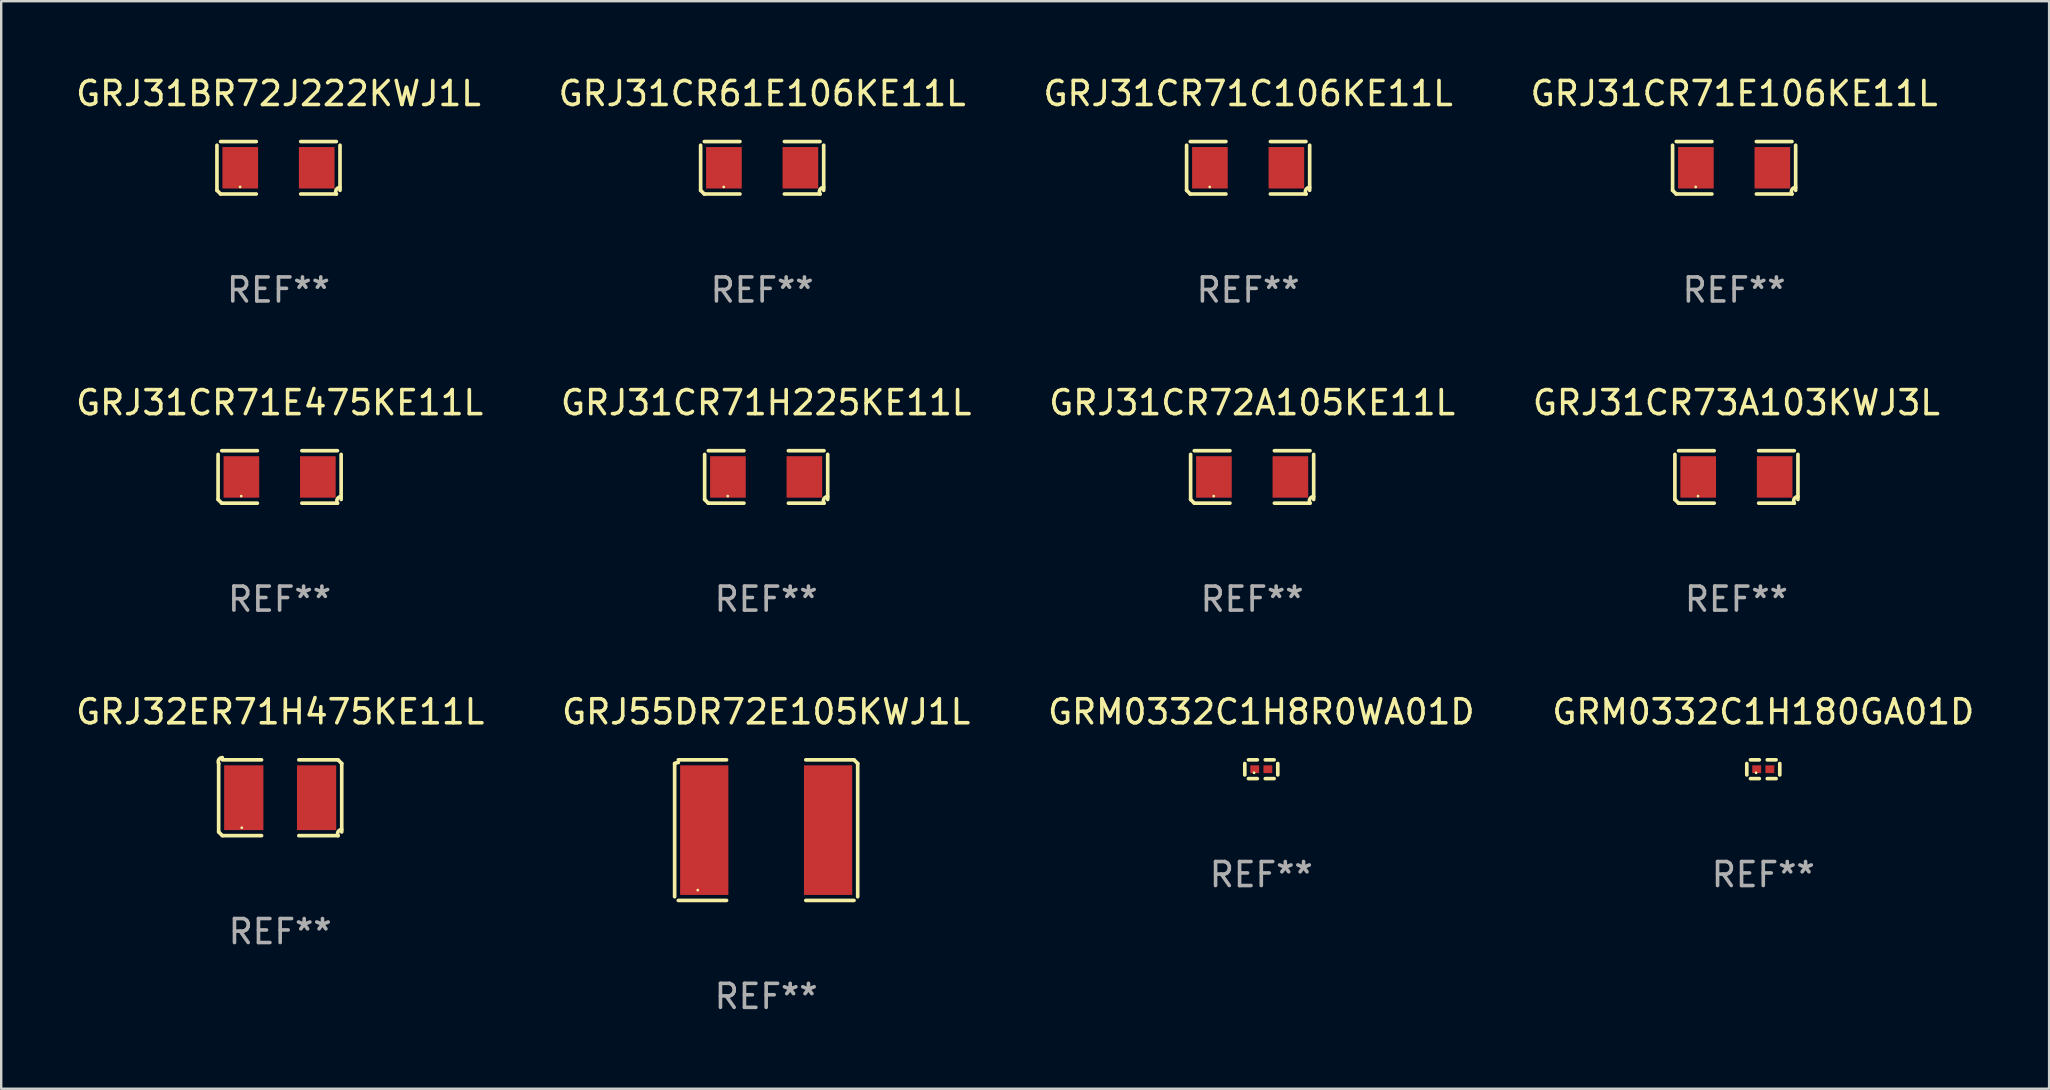
<source format=kicad_pcb>
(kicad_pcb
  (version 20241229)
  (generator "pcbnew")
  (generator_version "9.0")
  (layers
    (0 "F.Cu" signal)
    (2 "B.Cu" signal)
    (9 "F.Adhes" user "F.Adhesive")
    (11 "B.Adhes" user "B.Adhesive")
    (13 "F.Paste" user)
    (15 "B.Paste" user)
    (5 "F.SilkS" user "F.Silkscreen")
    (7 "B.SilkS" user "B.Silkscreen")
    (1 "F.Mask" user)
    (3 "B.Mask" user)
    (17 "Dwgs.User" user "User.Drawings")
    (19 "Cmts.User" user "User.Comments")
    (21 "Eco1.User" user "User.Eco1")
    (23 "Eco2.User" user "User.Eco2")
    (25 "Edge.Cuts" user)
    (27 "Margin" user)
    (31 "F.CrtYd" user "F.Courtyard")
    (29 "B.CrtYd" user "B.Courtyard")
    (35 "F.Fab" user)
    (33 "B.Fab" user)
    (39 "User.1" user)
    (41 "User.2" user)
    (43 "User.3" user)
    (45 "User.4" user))
  (footprint "GRJ55DR72E105KWJ1L"
    (layer "F.Cu")
    (at 28.875 31.54)
    (property "Reference" "GRJ55DR72E105KWJ1L" (at 0 -4.929 0) (layer "F.SilkS") (effects (font (size 1 1) (thickness 0.15))))
    (attr through_hole)
    (fp_line (start -3.814 2.776) (end -3.814 -2.776) (stroke (width 0.152) (type solid)) (layer "F.SilkS"))
    (fp_line (start -3.661 -2.929) (end -1.651 -2.929) (stroke (width 0.152) (type solid)) (layer "F.SilkS"))
    (fp_line (start -1.651 2.929) (end -3.661 2.929) (stroke (width 0.152) (type solid)) (layer "F.SilkS"))
    (fp_line (start 1.651 2.929) (end 3.661 2.929) (stroke (width 0.152) (type solid)) (layer "F.SilkS"))
    (fp_line (start 3.661 -2.929) (end 1.651 -2.929) (stroke (width 0.152) (type solid)) (layer "F.SilkS"))
    (fp_line (start 3.814 2.776) (end 3.814 -2.776) (stroke (width 0.152) (type solid)) (layer "F.SilkS"))
    (fp_arc (start -3.813614 -2.7762) (mid -3.739925 -2.805625) (end -3.661214 -2.815646) (stroke (width 0.1524) (type solid)) (layer "F.SilkS"))
    (fp_arc (start 3.661214 -2.9286) (mid 3.737425 -2.852411) (end 3.813614 -2.7762) (stroke (width 0.1524) (type solid)) (layer "F.SilkS"))
    (fp_circle (center -2.85 2.5) (end -2.82 2.5) (stroke (width 0.06) (type solid)) (fill no) (layer "F.SilkS"))
    (fp_text user "REF**" (at 0 6.929 0) (layer "F.Fab") (effects (font (size 1 1) (thickness 0.15))))
    (pad "1" smd rect (at -2.58 0) (size 2.01 5.4) (layers "F.Cu" "F.Mask" "F.Paste"))
    (pad "2" smd rect (at 2.58 0) (size 2.01 5.4) (layers "F.Cu" "F.Mask" "F.Paste")))
  (footprint "GRJ31CR61E106KE11L"
    (layer "F.Cu")
    (at 28.708 3.941)
    (property "Reference" "GRJ31CR61E106KE11L" (at 0 -3.093 0) (layer "F.SilkS") (effects (font (size 1 1) (thickness 0.15))))
    (attr through_hole)
    (fp_line (start -2.564 0.94) (end -2.564 -0.94) (stroke (width 0.152) (type solid)) (layer "F.SilkS"))
    (fp_line (start -2.411 -1.093) (end -0.926 -1.093) (stroke (width 0.152) (type solid)) (layer "F.SilkS"))
    (fp_line (start -0.926 1.093) (end -2.411 1.093) (stroke (width 0.152) (type solid)) (layer "F.SilkS"))
    (fp_line (start 0.926 1.093) (end 2.411 1.093) (stroke (width 0.152) (type solid)) (layer "F.SilkS"))
    (fp_line (start 2.411 -1.093) (end 0.926 -1.093) (stroke (width 0.152) (type solid)) (layer "F.SilkS"))
    (fp_line (start 2.564 0.94) (end 2.564 -0.94) (stroke (width 0.152) (type solid)) (layer "F.SilkS"))
    (fp_arc (start -2.411201 1.092609) (mid -2.487413 1.01642) (end -2.563602 0.940208) (stroke (width 0.1524) (type solid)) (layer "F.SilkS"))
    (fp_arc (start 2.411201 1.092609) (mid 2.407159 0.911226) (end 2.563602 0.819347) (stroke (width 0.1524) (type solid)) (layer "F.SilkS"))
    (fp_circle (center -1.6 0.8) (end -1.57 0.8) (stroke (width 0.06) (type solid)) (fill no) (layer "F.SilkS"))
    (fp_text user "REF**" (at 0 5.093 0) (layer "F.Fab") (effects (font (size 1 1) (thickness 0.15))))
    (pad "1" smd rect (at -1.593 0) (size 1.485 1.728) (layers "F.Cu" "F.Mask" "F.Paste"))
    (pad "2" smd rect (at 1.593 0) (size 1.485 1.728) (layers "F.Cu" "F.Mask" "F.Paste")))
  (footprint "GRJ31CR73A103KWJ3L"
    (layer "F.Cu")
    (at 69.304 16.823)
    (property "Reference" "GRJ31CR73A103KWJ3L" (at 0 -3.093 0) (layer "F.SilkS") (effects (font (size 1 1) (thickness 0.15))))
    (attr through_hole)
    (fp_line (start -2.564 0.94) (end -2.564 -0.94) (stroke (width 0.152) (type solid)) (layer "F.SilkS"))
    (fp_line (start -2.411 -1.093) (end -0.926 -1.093) (stroke (width 0.152) (type solid)) (layer "F.SilkS"))
    (fp_line (start -0.926 1.093) (end -2.411 1.093) (stroke (width 0.152) (type solid)) (layer "F.SilkS"))
    (fp_line (start 0.926 1.093) (end 2.411 1.093) (stroke (width 0.152) (type solid)) (layer "F.SilkS"))
    (fp_line (start 2.411 -1.093) (end 0.926 -1.093) (stroke (width 0.152) (type solid)) (layer "F.SilkS"))
    (fp_line (start 2.564 0.94) (end 2.564 -0.94) (stroke (width 0.152) (type solid)) (layer "F.SilkS"))
    (fp_arc (start -2.411201 1.092609) (mid -2.487413 1.01642) (end -2.563602 0.940208) (stroke (width 0.1524) (type solid)) (layer "F.SilkS"))
    (fp_arc (start 2.411201 1.092609) (mid 2.407159 0.911226) (end 2.563602 0.819347) (stroke (width 0.1524) (type solid)) (layer "F.SilkS"))
    (fp_circle (center -1.6 0.8) (end -1.57 0.8) (stroke (width 0.06) (type solid)) (fill no) (layer "F.SilkS"))
    (fp_text user "REF**" (at 0 5.093 0) (layer "F.Fab") (effects (font (size 1 1) (thickness 0.15))))
    (pad "1" smd rect (at -1.593 0) (size 1.485 1.728) (layers "F.Cu" "F.Mask" "F.Paste"))
    (pad "2" smd rect (at 1.593 0) (size 1.485 1.728) (layers "F.Cu" "F.Mask" "F.Paste")))
  (footprint "GRJ31CR71C106KE11L"
    (layer "F.Cu")
    (at 48.958 3.941)
    (property "Reference" "GRJ31CR71C106KE11L" (at 0 -3.093 0) (layer "F.SilkS") (effects (font (size 1 1) (thickness 0.15))))
    (attr through_hole)
    (fp_line (start -2.564 0.94) (end -2.564 -0.94) (stroke (width 0.152) (type solid)) (layer "F.SilkS"))
    (fp_line (start -2.411 -1.093) (end -0.926 -1.093) (stroke (width 0.152) (type solid)) (layer "F.SilkS"))
    (fp_line (start -0.926 1.093) (end -2.411 1.093) (stroke (width 0.152) (type solid)) (layer "F.SilkS"))
    (fp_line (start 0.926 1.093) (end 2.411 1.093) (stroke (width 0.152) (type solid)) (layer "F.SilkS"))
    (fp_line (start 2.411 -1.093) (end 0.926 -1.093) (stroke (width 0.152) (type solid)) (layer "F.SilkS"))
    (fp_line (start 2.564 0.94) (end 2.564 -0.94) (stroke (width 0.152) (type solid)) (layer "F.SilkS"))
    (fp_arc (start -2.411201 1.092609) (mid -2.487413 1.01642) (end -2.563602 0.940208) (stroke (width 0.1524) (type solid)) (layer "F.SilkS"))
    (fp_arc (start 2.411201 1.092609) (mid 2.407159 0.911226) (end 2.563602 0.819347) (stroke (width 0.1524) (type solid)) (layer "F.SilkS"))
    (fp_circle (center -1.6 0.8) (end -1.57 0.8) (stroke (width 0.06) (type solid)) (fill no) (layer "F.SilkS"))
    (fp_text user "REF**" (at 0 5.093 0) (layer "F.Fab") (effects (font (size 1 1) (thickness 0.15))))
    (pad "1" smd rect (at -1.593 0) (size 1.485 1.728) (layers "F.Cu" "F.Mask" "F.Paste"))
    (pad "2" smd rect (at 1.593 0) (size 1.485 1.728) (layers "F.Cu" "F.Mask" "F.Paste")))
  (footprint "GRJ31CR71H225KE11L"
    (layer "F.Cu")
    (at 28.875 16.823)
    (property "Reference" "GRJ31CR71H225KE11L" (at 0 -3.093 0) (layer "F.SilkS") (effects (font (size 1 1) (thickness 0.15))))
    (attr through_hole)
    (fp_line (start -2.564 0.94) (end -2.564 -0.94) (stroke (width 0.152) (type solid)) (layer "F.SilkS"))
    (fp_line (start -2.411 -1.093) (end -0.926 -1.093) (stroke (width 0.152) (type solid)) (layer "F.SilkS"))
    (fp_line (start -0.926 1.093) (end -2.411 1.093) (stroke (width 0.152) (type solid)) (layer "F.SilkS"))
    (fp_line (start 0.926 1.093) (end 2.411 1.093) (stroke (width 0.152) (type solid)) (layer "F.SilkS"))
    (fp_line (start 2.411 -1.093) (end 0.926 -1.093) (stroke (width 0.152) (type solid)) (layer "F.SilkS"))
    (fp_line (start 2.564 0.94) (end 2.564 -0.94) (stroke (width 0.152) (type solid)) (layer "F.SilkS"))
    (fp_arc (start -2.411201 1.092609) (mid -2.487413 1.01642) (end -2.563602 0.940208) (stroke (width 0.1524) (type solid)) (layer "F.SilkS"))
    (fp_arc (start 2.411201 1.092609) (mid 2.407159 0.911226) (end 2.563602 0.819347) (stroke (width 0.1524) (type solid)) (layer "F.SilkS"))
    (fp_circle (center -1.6 0.8) (end -1.57 0.8) (stroke (width 0.06) (type solid)) (fill no) (layer "F.SilkS"))
    (fp_text user "REF**" (at 0 5.093 0) (layer "F.Fab") (effects (font (size 1 1) (thickness 0.15))))
    (pad "1" smd rect (at -1.593 0) (size 1.485 1.728) (layers "F.Cu" "F.Mask" "F.Paste"))
    (pad "2" smd rect (at 1.593 0) (size 1.485 1.728) (layers "F.Cu" "F.Mask" "F.Paste")))
  (footprint "GRJ31CR71E475KE11L"
    (layer "F.Cu")
    (at 8.601 16.823)
    (property "Reference" "GRJ31CR71E475KE11L" (at 0 -3.093 0) (layer "F.SilkS") (effects (font (size 1 1) (thickness 0.15))))
    (attr through_hole)
    (fp_line (start -2.564 0.94) (end -2.564 -0.94) (stroke (width 0.152) (type solid)) (layer "F.SilkS"))
    (fp_line (start -2.411 -1.093) (end -0.926 -1.093) (stroke (width 0.152) (type solid)) (layer "F.SilkS"))
    (fp_line (start -0.926 1.093) (end -2.411 1.093) (stroke (width 0.152) (type solid)) (layer "F.SilkS"))
    (fp_line (start 0.926 1.093) (end 2.411 1.093) (stroke (width 0.152) (type solid)) (layer "F.SilkS"))
    (fp_line (start 2.411 -1.093) (end 0.926 -1.093) (stroke (width 0.152) (type solid)) (layer "F.SilkS"))
    (fp_line (start 2.564 0.94) (end 2.564 -0.94) (stroke (width 0.152) (type solid)) (layer "F.SilkS"))
    (fp_arc (start -2.411201 1.092609) (mid -2.487413 1.01642) (end -2.563602 0.940208) (stroke (width 0.1524) (type solid)) (layer "F.SilkS"))
    (fp_arc (start 2.411201 1.092609) (mid 2.407159 0.911226) (end 2.563602 0.819347) (stroke (width 0.1524) (type solid)) (layer "F.SilkS"))
    (fp_circle (center -1.6 0.8) (end -1.57 0.8) (stroke (width 0.06) (type solid)) (fill no) (layer "F.SilkS"))
    (fp_text user "REF**" (at 0 5.093 0) (layer "F.Fab") (effects (font (size 1 1) (thickness 0.15))))
    (pad "1" smd rect (at -1.593 0) (size 1.485 1.728) (layers "F.Cu" "F.Mask" "F.Paste"))
    (pad "2" smd rect (at 1.593 0) (size 1.485 1.728) (layers "F.Cu" "F.Mask" "F.Paste")))
  (footprint "GRJ31CR72A105KE11L"
    (layer "F.Cu")
    (at 49.125 16.823)
    (property "Reference" "GRJ31CR72A105KE11L" (at 0 -3.093 0) (layer "F.SilkS") (effects (font (size 1 1) (thickness 0.15))))
    (attr through_hole)
    (fp_line (start -2.564 0.94) (end -2.564 -0.94) (stroke (width 0.152) (type solid)) (layer "F.SilkS"))
    (fp_line (start -2.411 -1.093) (end -0.926 -1.093) (stroke (width 0.152) (type solid)) (layer "F.SilkS"))
    (fp_line (start -0.926 1.093) (end -2.411 1.093) (stroke (width 0.152) (type solid)) (layer "F.SilkS"))
    (fp_line (start 0.926 1.093) (end 2.411 1.093) (stroke (width 0.152) (type solid)) (layer "F.SilkS"))
    (fp_line (start 2.411 -1.093) (end 0.926 -1.093) (stroke (width 0.152) (type solid)) (layer "F.SilkS"))
    (fp_line (start 2.564 0.94) (end 2.564 -0.94) (stroke (width 0.152) (type solid)) (layer "F.SilkS"))
    (fp_arc (start -2.411201 1.092609) (mid -2.487413 1.01642) (end -2.563602 0.940208) (stroke (width 0.1524) (type solid)) (layer "F.SilkS"))
    (fp_arc (start 2.411201 1.092609) (mid 2.407159 0.911226) (end 2.563602 0.819347) (stroke (width 0.1524) (type solid)) (layer "F.SilkS"))
    (fp_circle (center -1.6 0.8) (end -1.57 0.8) (stroke (width 0.06) (type solid)) (fill no) (layer "F.SilkS"))
    (fp_text user "REF**" (at 0 5.093 0) (layer "F.Fab") (effects (font (size 1 1) (thickness 0.15))))
    (pad "1" smd rect (at -1.593 0) (size 1.485 1.728) (layers "F.Cu" "F.Mask" "F.Paste"))
    (pad "2" smd rect (at 1.593 0) (size 1.485 1.728) (layers "F.Cu" "F.Mask" "F.Paste")))
  (footprint "GRM0332C1H180GA01D"
    (layer "F.Cu")
    (at 70.423 29.002)
    (property "Reference" "GRM0332C1H180GA01D" (at 0 -2.391 0) (layer "F.SilkS") (effects (font (size 1 1) (thickness 0.15))))
    (attr through_hole)
    (fp_line (start -0.687 0.238) (end -0.687 -0.238) (stroke (width 0.152) (type solid)) (layer "F.SilkS"))
    (fp_line (start -0.535 -0.391) (end -0.166 -0.391) (stroke (width 0.152) (type solid)) (layer "F.SilkS"))
    (fp_line (start -0.166 0.391) (end -0.535 0.391) (stroke (width 0.152) (type solid)) (layer "F.SilkS"))
    (fp_line (start 0.166 0.391) (end 0.535 0.391) (stroke (width 0.152) (type solid)) (layer "F.SilkS"))
    (fp_line (start 0.535 -0.391) (end 0.166 -0.391) (stroke (width 0.152) (type solid)) (layer "F.SilkS"))
    (fp_line (start 0.687 0.238) (end 0.687 -0.238) (stroke (width 0.152) (type solid)) (layer "F.SilkS"))
    (fp_circle (center -0.3 0.15) (end -0.27 0.15) (stroke (width 0.06) (type solid)) (fill no) (layer "F.SilkS"))
    (fp_text user "REF**" (at 0 4.391 0) (layer "F.Fab") (effects (font (size 1 1) (thickness 0.15))))
    (pad "1" smd rect (at -0.274 0) (size 0.368 0.324) (layers "F.Cu" "F.Mask" "F.Paste"))
    (pad "2" smd rect (at 0.274 0) (size 0.368 0.324) (layers "F.Cu" "F.Mask" "F.Paste")))
  (footprint "GRJ32ER71H475KE11L"
    (layer "F.Cu")
    (at 8.625 30.19)
    (property "Reference" "GRJ32ER71H475KE11L" (at 0 -3.579 0) (layer "F.SilkS") (effects (font (size 1 1) (thickness 0.15))))
    (attr through_hole)
    (fp_line (start -2.564 1.426) (end -2.564 -1.426) (stroke (width 0.152) (type solid)) (layer "F.SilkS"))
    (fp_line (start -2.411 -1.579) (end -0.776 -1.579) (stroke (width 0.152) (type solid)) (layer "F.SilkS"))
    (fp_line (start -0.776 1.579) (end -2.411 1.579) (stroke (width 0.152) (type solid)) (layer "F.SilkS"))
    (fp_line (start 0.776 1.579) (end 2.411 1.579) (stroke (width 0.152) (type solid)) (layer "F.SilkS"))
    (fp_line (start 2.411 -1.579) (end 0.776 -1.579) (stroke (width 0.152) (type solid)) (layer "F.SilkS"))
    (fp_line (start 2.564 1.426) (end 2.564 -1.426) (stroke (width 0.152) (type solid)) (layer "F.SilkS"))
    (fp_arc (start -2.563602 -1.426213) (mid -2.555597 -1.591233) (end -2.411201 -1.671518) (stroke (width 0.1524) (type solid)) (layer "F.SilkS"))
    (fp_arc (start -2.5636 1.426214) (mid -2.487389 1.502402) (end -2.411201 1.578613) (stroke (width 0.1524) (type solid)) (layer "F.SilkS"))
    (fp_arc (start 2.411197 -1.578618) (mid 2.487403 -1.502419) (end 2.563602 -1.426213) (stroke (width 0.1524) (type solid)) (layer "F.SilkS"))
    (fp_arc (start 2.411201 1.578613) (mid 2.416214 1.409455) (end 2.563602 1.32629) (stroke (width 0.1524) (type solid)) (layer "F.SilkS"))
    (fp_circle (center -1.6 1.25) (end -1.57 1.25) (stroke (width 0.06) (type solid)) (fill no) (layer "F.SilkS"))
    (fp_text user "REF**" (at 0 5.579 0) (layer "F.Fab") (effects (font (size 1 1) (thickness 0.15))))
    (pad "1" smd rect (at -1.517 0) (size 1.635 2.7) (layers "F.Cu" "F.Mask" "F.Paste"))
    (pad "2" smd rect (at 1.517 0) (size 1.635 2.7) (layers "F.Cu" "F.Mask" "F.Paste")))
  (footprint "GRM0332C1H8R0WA01D"
    (layer "F.Cu")
    (at 49.506 29.002)
    (property "Reference" "GRM0332C1H8R0WA01D" (at 0 -2.391 0) (layer "F.SilkS") (effects (font (size 1 1) (thickness 0.15))))
    (attr through_hole)
    (fp_line (start -0.687 0.238) (end -0.687 -0.238) (stroke (width 0.152) (type solid)) (layer "F.SilkS"))
    (fp_line (start -0.535 -0.391) (end -0.166 -0.391) (stroke (width 0.152) (type solid)) (layer "F.SilkS"))
    (fp_line (start -0.166 0.391) (end -0.535 0.391) (stroke (width 0.152) (type solid)) (layer "F.SilkS"))
    (fp_line (start 0.166 0.391) (end 0.535 0.391) (stroke (width 0.152) (type solid)) (layer "F.SilkS"))
    (fp_line (start 0.535 -0.391) (end 0.166 -0.391) (stroke (width 0.152) (type solid)) (layer "F.SilkS"))
    (fp_line (start 0.687 0.238) (end 0.687 -0.238) (stroke (width 0.152) (type solid)) (layer "F.SilkS"))
    (fp_circle (center -0.3 0.15) (end -0.27 0.15) (stroke (width 0.06) (type solid)) (fill no) (layer "F.SilkS"))
    (fp_text user "REF**" (at 0 4.391 0) (layer "F.Fab") (effects (font (size 1 1) (thickness 0.15))))
    (pad "1" smd rect (at -0.274 0) (size 0.368 0.324) (layers "F.Cu" "F.Mask" "F.Paste"))
    (pad "2" smd rect (at 0.274 0) (size 0.368 0.324) (layers "F.Cu" "F.Mask" "F.Paste")))
  (footprint "GRJ31CR71E106KE11L"
    (layer "F.Cu")
    (at 69.208 3.941)
    (property "Reference" "GRJ31CR71E106KE11L" (at 0 -3.093 0) (layer "F.SilkS") (effects (font (size 1 1) (thickness 0.15))))
    (attr through_hole)
    (fp_line (start -2.564 0.94) (end -2.564 -0.94) (stroke (width 0.152) (type solid)) (layer "F.SilkS"))
    (fp_line (start -2.411 -1.093) (end -0.926 -1.093) (stroke (width 0.152) (type solid)) (layer "F.SilkS"))
    (fp_line (start -0.926 1.093) (end -2.411 1.093) (stroke (width 0.152) (type solid)) (layer "F.SilkS"))
    (fp_line (start 0.926 1.093) (end 2.411 1.093) (stroke (width 0.152) (type solid)) (layer "F.SilkS"))
    (fp_line (start 2.411 -1.093) (end 0.926 -1.093) (stroke (width 0.152) (type solid)) (layer "F.SilkS"))
    (fp_line (start 2.564 0.94) (end 2.564 -0.94) (stroke (width 0.152) (type solid)) (layer "F.SilkS"))
    (fp_arc (start -2.411201 1.092609) (mid -2.487413 1.01642) (end -2.563602 0.940208) (stroke (width 0.1524) (type solid)) (layer "F.SilkS"))
    (fp_arc (start 2.411201 1.092609) (mid 2.407159 0.911226) (end 2.563602 0.819347) (stroke (width 0.1524) (type solid)) (layer "F.SilkS"))
    (fp_circle (center -1.6 0.8) (end -1.57 0.8) (stroke (width 0.06) (type solid)) (fill no) (layer "F.SilkS"))
    (fp_text user "REF**" (at 0 5.093 0) (layer "F.Fab") (effects (font (size 1 1) (thickness 0.15))))
    (pad "1" smd rect (at -1.593 0) (size 1.485 1.728) (layers "F.Cu" "F.Mask" "F.Paste"))
    (pad "2" smd rect (at 1.593 0) (size 1.485 1.728) (layers "F.Cu" "F.Mask" "F.Paste")))
  (footprint "GRJ31BR72J222KWJ1L"
    (layer "F.Cu")
    (at 8.554 3.941)
    (property "Reference" "GRJ31BR72J222KWJ1L" (at 0 -3.093 0) (layer "F.SilkS") (effects (font (size 1 1) (thickness 0.15))))
    (attr through_hole)
    (fp_line (start -2.564 0.94) (end -2.564 -0.94) (stroke (width 0.152) (type solid)) (layer "F.SilkS"))
    (fp_line (start -2.411 -1.093) (end -0.926 -1.093) (stroke (width 0.152) (type solid)) (layer "F.SilkS"))
    (fp_line (start -0.926 1.093) (end -2.411 1.093) (stroke (width 0.152) (type solid)) (layer "F.SilkS"))
    (fp_line (start 0.926 1.093) (end 2.411 1.093) (stroke (width 0.152) (type solid)) (layer "F.SilkS"))
    (fp_line (start 2.411 -1.093) (end 0.926 -1.093) (stroke (width 0.152) (type solid)) (layer "F.SilkS"))
    (fp_line (start 2.564 0.94) (end 2.564 -0.94) (stroke (width 0.152) (type solid)) (layer "F.SilkS"))
    (fp_arc (start -2.411201 1.092609) (mid -2.487413 1.01642) (end -2.563602 0.940208) (stroke (width 0.1524) (type solid)) (layer "F.SilkS"))
    (fp_arc (start 2.411201 1.092609) (mid 2.407159 0.911226) (end 2.563602 0.819347) (stroke (width 0.1524) (type solid)) (layer "F.SilkS"))
    (fp_circle (center -1.6 0.8) (end -1.57 0.8) (stroke (width 0.06) (type solid)) (fill no) (layer "F.SilkS"))
    (fp_text user "REF**" (at 0 5.093 0) (layer "F.Fab") (effects (font (size 1 1) (thickness 0.15))))
    (pad "1" smd rect (at -1.593 0) (size 1.485 1.728) (layers "F.Cu" "F.Mask" "F.Paste"))
    (pad "2" smd rect (at 1.593 0) (size 1.485 1.728) (layers "F.Cu" "F.Mask" "F.Paste")))
  (gr_rect
    (start -3 -3)
    (end 82.333 42.317)
    (stroke (width 0.1) (type default))
    (fill no)
    (layer "Edge.Cuts")))
</source>
